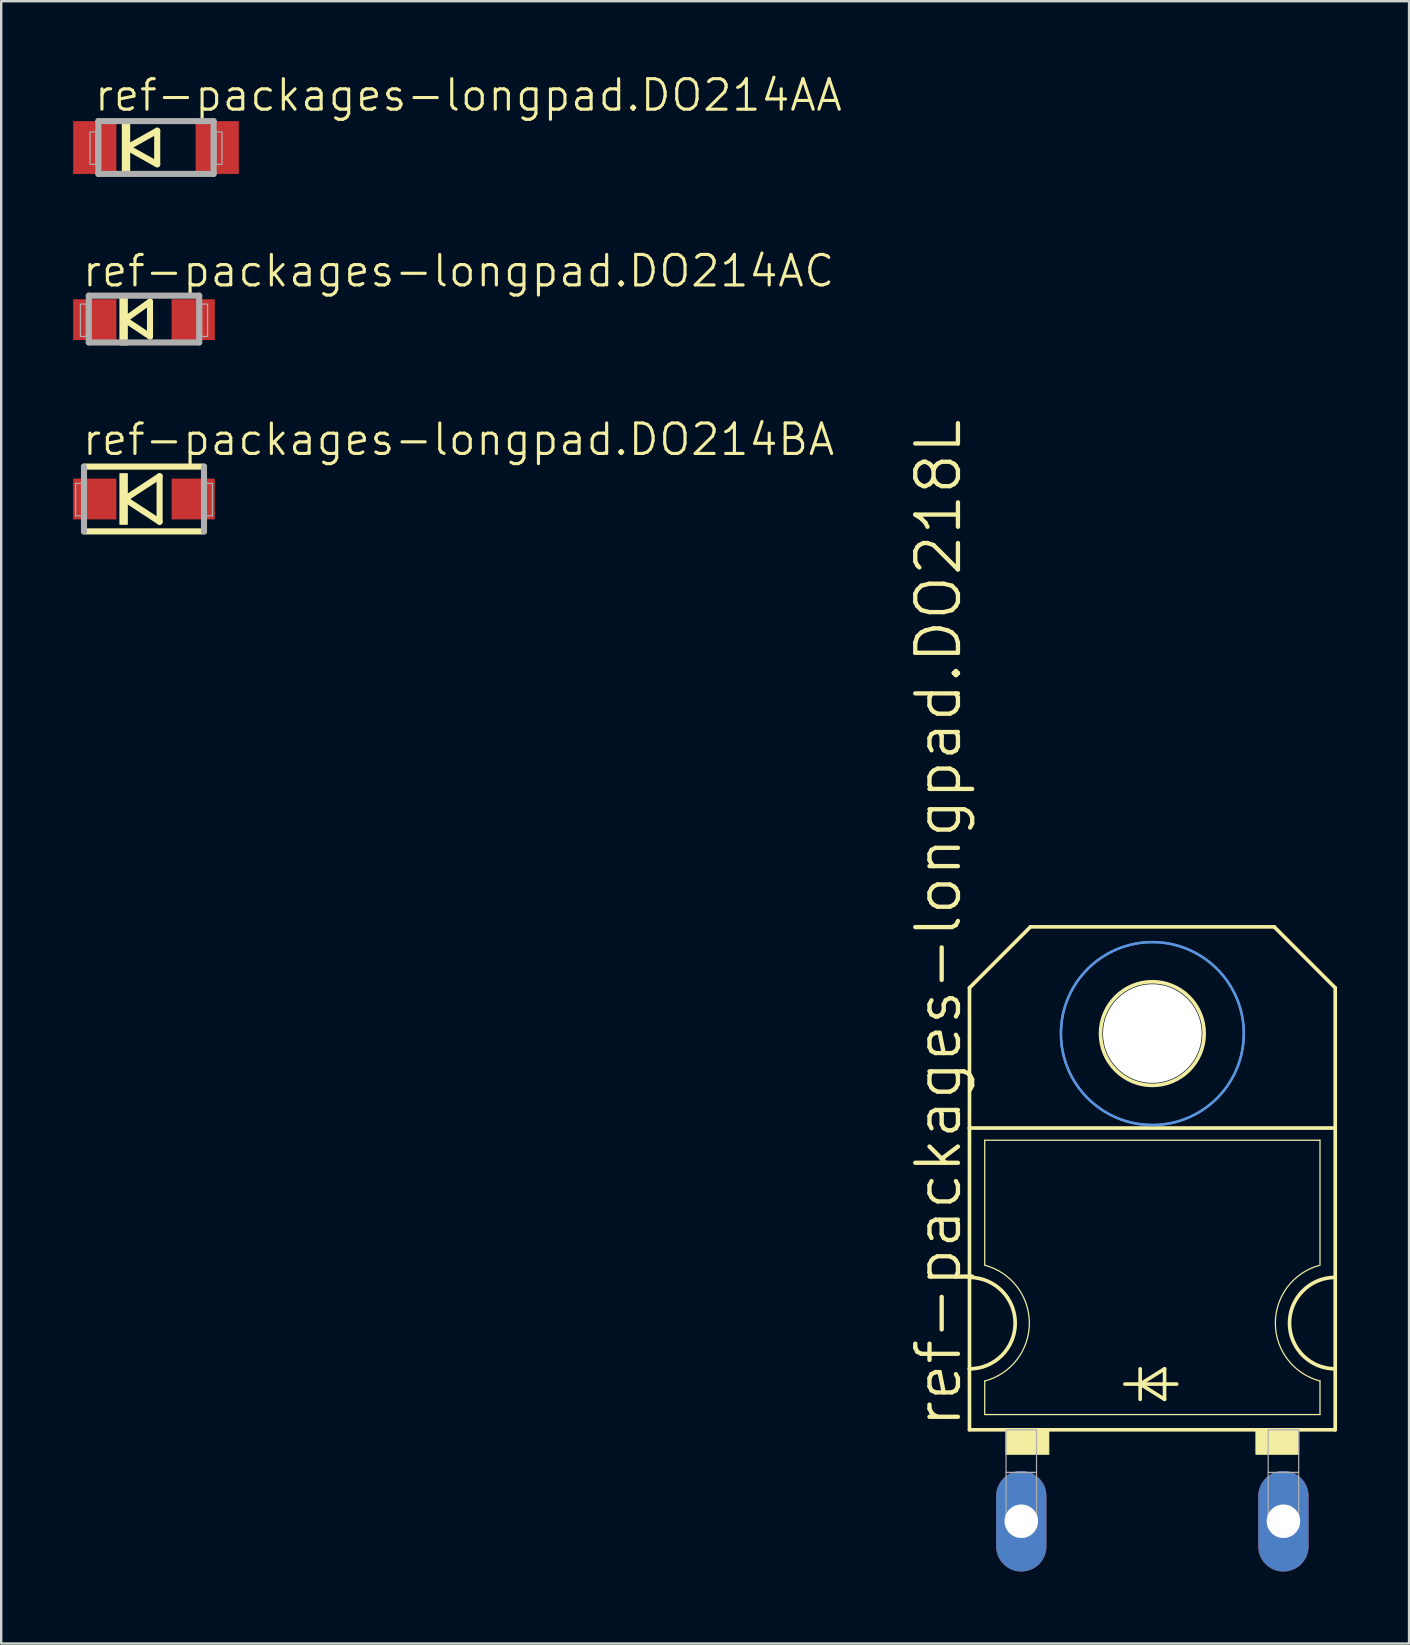
<source format=kicad_pcb>
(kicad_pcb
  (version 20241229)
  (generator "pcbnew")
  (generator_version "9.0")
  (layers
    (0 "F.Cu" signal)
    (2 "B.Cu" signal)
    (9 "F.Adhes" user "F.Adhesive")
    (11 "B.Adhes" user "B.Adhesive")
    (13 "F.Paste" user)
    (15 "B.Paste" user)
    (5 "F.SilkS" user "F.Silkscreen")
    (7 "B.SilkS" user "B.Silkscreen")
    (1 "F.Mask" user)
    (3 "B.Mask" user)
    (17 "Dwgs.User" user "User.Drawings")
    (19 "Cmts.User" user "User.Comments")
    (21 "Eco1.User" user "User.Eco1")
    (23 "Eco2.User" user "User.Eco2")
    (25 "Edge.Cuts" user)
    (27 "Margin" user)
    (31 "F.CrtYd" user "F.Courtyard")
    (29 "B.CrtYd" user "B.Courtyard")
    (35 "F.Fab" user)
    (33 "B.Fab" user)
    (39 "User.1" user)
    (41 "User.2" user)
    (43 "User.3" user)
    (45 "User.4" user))
  (footprint "ref-packages-longpad.DO214AC"
    (layer "F.Cu")
    (at 2.95 10.269)
    (property "Reference" "ref-packages-longpad.DO214AC" (at -2.64 -1.286 0) (layer "F.SilkS") (effects (font (size 1.27 1.27) (thickness 0.13)) (justify left bottom)))
    (attr smd)
    (fp_line (start -0.8 0) (end 0.25 -0.75) (stroke (width 0.254) (type default)) (layer "F.SilkS"))
    (fp_line (start 0.25 -0.75) (end 0.25 0.7) (stroke (width 0.254) (type default)) (layer "F.SilkS"))
    (fp_line (start 0.25 0.7) (end -0.8 0) (stroke (width 0.254) (type default)) (layer "F.SilkS"))
    (fp_rect (start -1 1.05) (end -0.7 -1.05) (stroke (width 0.05) (type default)) (fill yes) (layer "F.SilkS"))
    (fp_line (start -2.3 -1) (end 2.3 -1) (stroke (width 0.254) (type default)) (layer "F.Fab"))
    (fp_line (start -2.3 0.95) (end -2.3 -1) (stroke (width 0.254) (type default)) (layer "F.Fab"))
    (fp_line (start 2.3 -1) (end 2.3 0.95) (stroke (width 0.254) (type default)) (layer "F.Fab"))
    (fp_line (start 2.3 0.95) (end -2.3 0.95) (stroke (width 0.254) (type default)) (layer "F.Fab"))
    (fp_rect (start -2.65 0.7) (end -2.4 -0.65) (stroke (width 0.05) (type default)) (fill no) (layer "F.Fab"))
    (fp_rect (start 2.4 0.7) (end 2.65 -0.65) (stroke (width 0.05) (type default)) (fill no) (layer "F.Fab"))
    (pad "A" smd roundrect (at 2.05 0) (size 1.8 1.7) (layers "F.Cu" "F.Mask" "F.Paste") (roundrect_rratio 0.01))
    (pad "C" smd roundrect (at -2.05 0) (size 1.8 1.7) (layers "F.Cu" "F.Mask" "F.Paste") (roundrect_rratio 0.01)))
  (footprint "ref-packages-longpad.DO218L"
    (layer "F.Cu")
    (at 44.965 50.175)
    (property "Reference" "ref-packages-longpad.DO218L" (at -7.874 6.35 90) (layer "F.SilkS") (effects (font (size 1.778 1.778) (thickness 0.18)) (justify left bottom)))
    (attr through_hole)
    (fp_line (start -7.62 -12.065) (end -7.62 -6.223) (stroke (width 0.152) (type default)) (layer "F.SilkS"))
    (fp_line (start -7.62 -12.065) (end -5.08 -14.605) (stroke (width 0.152) (type default)) (layer "F.SilkS"))
    (fp_line (start -7.62 0) (end -7.62 -6.223) (stroke (width 0.152) (type default)) (layer "F.SilkS"))
    (fp_line (start -7.62 3.81) (end -7.62 0) (stroke (width 0.152) (type default)) (layer "F.SilkS"))
    (fp_line (start -7.62 6.35) (end -7.62 3.81) (stroke (width 0.152) (type default)) (layer "F.SilkS"))
    (fp_line (start -7.62 6.35) (end 7.62 6.35) (stroke (width 0.152) (type default)) (layer "F.SilkS"))
    (fp_line (start -6.985 -0.508) (end -6.985 -5.715) (stroke (width 0.051) (type default)) (layer "F.SilkS"))
    (fp_line (start -6.985 5.715) (end -6.985 4.318) (stroke (width 0.051) (type default)) (layer "F.SilkS"))
    (fp_line (start -6.985 5.715) (end 6.985 5.715) (stroke (width 0.051) (type default)) (layer "F.SilkS"))
    (fp_line (start -1.143 4.445) (end -0.508 4.445) (stroke (width 0.152) (type default)) (layer "F.SilkS"))
    (fp_line (start -0.508 3.81) (end -0.508 4.445) (stroke (width 0.152) (type default)) (layer "F.SilkS"))
    (fp_line (start -0.508 4.445) (end -0.508 5.08) (stroke (width 0.152) (type default)) (layer "F.SilkS"))
    (fp_line (start -0.508 4.445) (end 0.508 3.81) (stroke (width 0.152) (type default)) (layer "F.SilkS"))
    (fp_line (start -0.508 4.445) (end 1.016 4.445) (stroke (width 0.152) (type default)) (layer "F.SilkS"))
    (fp_line (start 0.508 3.81) (end 0.508 5.08) (stroke (width 0.152) (type default)) (layer "F.SilkS"))
    (fp_line (start 0.508 5.08) (end -0.508 4.445) (stroke (width 0.152) (type default)) (layer "F.SilkS"))
    (fp_line (start 5.08 -14.605) (end -5.08 -14.605) (stroke (width 0.152) (type default)) (layer "F.SilkS"))
    (fp_line (start 6.985 -5.715) (end -6.985 -5.715) (stroke (width 0.051) (type default)) (layer "F.SilkS"))
    (fp_line (start 6.985 -0.508) (end 6.985 -5.715) (stroke (width 0.051) (type default)) (layer "F.SilkS"))
    (fp_line (start 6.985 5.715) (end 6.985 4.318) (stroke (width 0.051) (type default)) (layer "F.SilkS"))
    (fp_line (start 7.62 -12.065) (end 5.08 -14.605) (stroke (width 0.152) (type default)) (layer "F.SilkS"))
    (fp_line (start 7.62 -12.065) (end 7.62 -6.223) (stroke (width 0.152) (type default)) (layer "F.SilkS"))
    (fp_line (start 7.62 -6.223) (end -7.62 -6.223) (stroke (width 0.152) (type default)) (layer "F.SilkS"))
    (fp_line (start 7.62 -6.223) (end 7.62 0) (stroke (width 0.152) (type default)) (layer "F.SilkS"))
    (fp_line (start 7.62 0) (end 7.62 3.81) (stroke (width 0.152) (type default)) (layer "F.SilkS"))
    (fp_line (start 7.62 3.81) (end 7.62 6.35) (stroke (width 0.152) (type default)) (layer "F.SilkS"))
    (fp_rect (start -6.096 7.366) (end -4.318 6.35) (stroke (width 0.05) (type default)) (fill yes) (layer "F.SilkS"))
    (fp_rect (start 4.318 7.366) (end 6.096 6.35) (stroke (width 0.05) (type default)) (fill yes) (layer "F.SilkS"))
    (fp_arc (start -7.62 0) (mid -5.715 1.905) (end -7.62 3.81) (stroke (width 0.1524) (type default)) (layer "F.SilkS"))
    (fp_arc (start -6.985 -0.508) (mid -5.124846 1.905) (end -6.985 4.318) (stroke (width 0.0508) (type default)) (layer "F.SilkS"))
    (fp_arc (start 6.9851 4.3178) (mid 5.125027 1.921942) (end 6.9522 -0.4991) (stroke (width 0.0508) (type default)) (layer "F.SilkS"))
    (fp_arc (start 7.62 3.81) (mid 5.715 1.905) (end 7.62 0) (stroke (width 0.1524) (type default)) (layer "F.SilkS"))
    (fp_circle (center 0 -10.16) (end 2.159 -10.16) (stroke (width 0.152) (type default)) (fill no) (layer "F.SilkS"))
    (fp_circle (center 0 -10.16) (end 3.81 -10.16) (stroke (width 0.1) (type default)) (fill no) (layer "Cmts.User"))
    (fp_circle (center 0 -10.16) (end 3.81 -10.16) (stroke (width 0.1) (type default)) (fill no) (layer "Cmts.User"))
    (fp_rect (start -6.096 8.128) (end -4.826 6.35) (stroke (width 0.05) (type default)) (fill no) (layer "F.Fab"))
    (fp_rect (start -6.096 10.16) (end -4.826 8.128) (stroke (width 0.05) (type default)) (fill no) (layer "F.Fab"))
    (fp_rect (start 4.826 8.128) (end 6.096 6.35) (stroke (width 0.05) (type default)) (fill no) (layer "F.Fab"))
    (fp_rect (start 4.826 10.16) (end 6.096 8.128) (stroke (width 0.05) (type default)) (fill no) (layer "F.Fab"))
    (pad "" np_thru_hole circle (at 0 -10.16) (size 4.115 4.115) (drill 4.115) (layers "*.Cu" "*.Mask"))
    (pad "A" thru_hole oval (at 5.461 10.16 90) (size 4.191 2.095) (drill 1.397) (layers "*.Cu" "*.Mask"))
    (pad "C" thru_hole oval (at -5.461 10.16 90) (size 4.191 2.095) (drill 1.397) (layers "*.Cu" "*.Mask")))
  (footprint "ref-packages-longpad.DO214AA"
    (layer "F.Cu")
    (at 3.45 3.096)
    (property "Reference" "ref-packages-longpad.DO214AA" (at -2.64 -1.436 0) (layer "F.SilkS") (effects (font (size 1.27 1.27) (thickness 0.13)) (justify left bottom)))
    (attr smd)
    (fp_line (start -1.2 0) (end 0.05 -0.7) (stroke (width 0.254) (type default)) (layer "F.SilkS"))
    (fp_line (start 0.05 -0.7) (end 0.05 0.7) (stroke (width 0.254) (type default)) (layer "F.SilkS"))
    (fp_line (start 0.05 0.7) (end -1.2 0) (stroke (width 0.254) (type default)) (layer "F.SilkS"))
    (fp_rect (start -1.4 1.05) (end -1.1 -1.05) (stroke (width 0.05) (type default)) (fill yes) (layer "F.SilkS"))
    (fp_line (start -2.4 -1.1) (end 2.4 -1.1) (stroke (width 0.254) (type default)) (layer "F.Fab"))
    (fp_line (start -2.4 1.1) (end -2.4 -1.1) (stroke (width 0.254) (type default)) (layer "F.Fab"))
    (fp_line (start 2.4 -1.1) (end 2.4 1.1) (stroke (width 0.254) (type default)) (layer "F.Fab"))
    (fp_line (start 2.4 1.1) (end -2.4 1.1) (stroke (width 0.254) (type default)) (layer "F.Fab"))
    (fp_rect (start -2.75 0.7) (end -2.5 -0.65) (stroke (width 0.05) (type default)) (fill no) (layer "F.Fab"))
    (fp_rect (start 2.5 0.7) (end 2.75 -0.65) (stroke (width 0.05) (type default)) (fill no) (layer "F.Fab"))
    (pad "A" smd roundrect (at 2.55 0) (size 1.8 2.2) (layers "F.Cu" "F.Mask" "F.Paste") (roundrect_rratio 0.01))
    (pad "C" smd roundrect (at -2.55 0) (size 1.8 2.2) (layers "F.Cu" "F.Mask" "F.Paste") (roundrect_rratio 0.01)))
  (footprint "ref-packages-longpad.DO214BA"
    (layer "F.Cu")
    (at 2.95 17.742)
    (property "Reference" "ref-packages-longpad.DO214BA" (at -2.64 -1.736 0) (layer "F.SilkS") (effects (font (size 1.27 1.27) (thickness 0.13)) (justify left bottom)))
    (attr smd)
    (fp_line (start -2.5 -1.35) (end 2.5 -1.35) (stroke (width 0.254) (type default)) (layer "F.SilkS"))
    (fp_line (start -0.8 0) (end 0.65 -0.95) (stroke (width 0.254) (type default)) (layer "F.SilkS"))
    (fp_line (start 0.65 -0.95) (end 0.65 0.95) (stroke (width 0.254) (type default)) (layer "F.SilkS"))
    (fp_line (start 0.65 0.95) (end -0.8 0) (stroke (width 0.254) (type default)) (layer "F.SilkS"))
    (fp_line (start 2.5 1.35) (end -2.5 1.35) (stroke (width 0.254) (type default)) (layer "F.SilkS"))
    (fp_rect (start -1 1.05) (end -0.7 -1.05) (stroke (width 0.05) (type default)) (fill yes) (layer "F.SilkS"))
    (fp_line (start -2.5 1.35) (end -2.5 -1.35) (stroke (width 0.254) (type default)) (layer "F.Fab"))
    (fp_line (start 2.5 -1.35) (end 2.5 1.35) (stroke (width 0.254) (type default)) (layer "F.Fab"))
    (fp_rect (start -2.85 0.7) (end -2.6 -0.65) (stroke (width 0.05) (type default)) (fill no) (layer "F.Fab"))
    (fp_rect (start 2.6 0.7) (end 2.85 -0.65) (stroke (width 0.05) (type default)) (fill no) (layer "F.Fab"))
    (pad "A" smd roundrect (at 2.05 0) (size 1.8 1.7) (layers "F.Cu" "F.Mask" "F.Paste") (roundrect_rratio 0.01))
    (pad "C" smd roundrect (at -2.05 0) (size 1.8 1.7) (layers "F.Cu" "F.Mask" "F.Paste") (roundrect_rratio 0.01)))
  (gr_rect
    (start -3 -3)
    (end 55.661 65.431)
    (stroke (width 0.1) (type default))
    (fill no)
    (layer "Edge.Cuts")))
</source>
